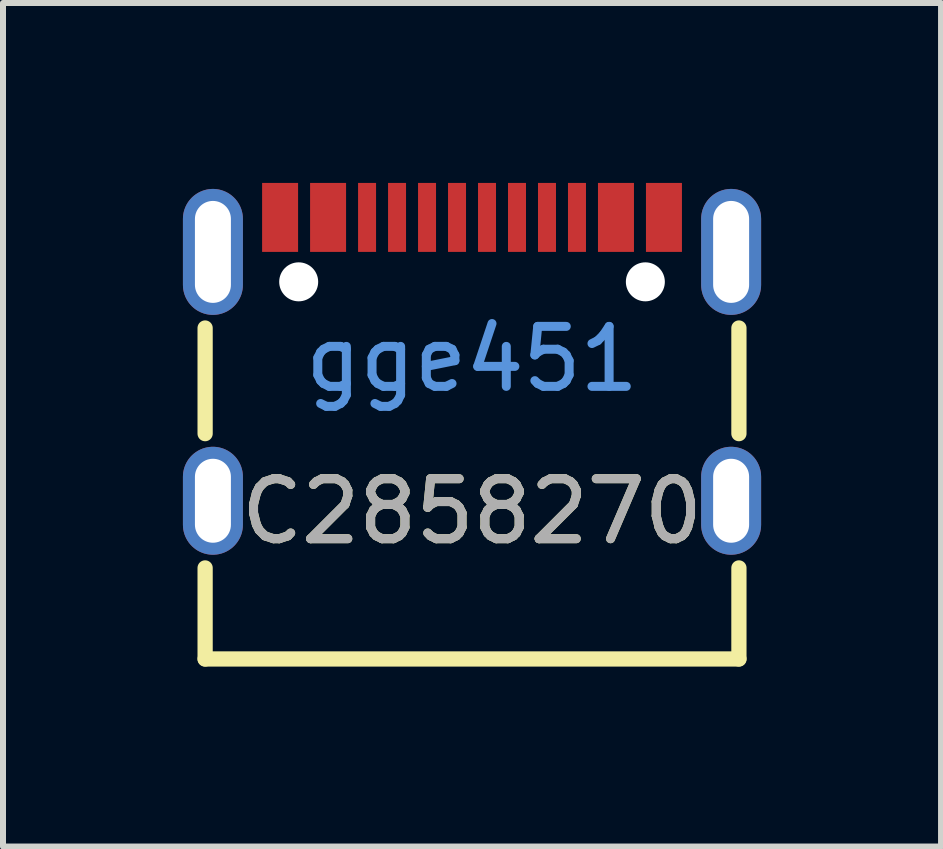
<source format=kicad_pcb>
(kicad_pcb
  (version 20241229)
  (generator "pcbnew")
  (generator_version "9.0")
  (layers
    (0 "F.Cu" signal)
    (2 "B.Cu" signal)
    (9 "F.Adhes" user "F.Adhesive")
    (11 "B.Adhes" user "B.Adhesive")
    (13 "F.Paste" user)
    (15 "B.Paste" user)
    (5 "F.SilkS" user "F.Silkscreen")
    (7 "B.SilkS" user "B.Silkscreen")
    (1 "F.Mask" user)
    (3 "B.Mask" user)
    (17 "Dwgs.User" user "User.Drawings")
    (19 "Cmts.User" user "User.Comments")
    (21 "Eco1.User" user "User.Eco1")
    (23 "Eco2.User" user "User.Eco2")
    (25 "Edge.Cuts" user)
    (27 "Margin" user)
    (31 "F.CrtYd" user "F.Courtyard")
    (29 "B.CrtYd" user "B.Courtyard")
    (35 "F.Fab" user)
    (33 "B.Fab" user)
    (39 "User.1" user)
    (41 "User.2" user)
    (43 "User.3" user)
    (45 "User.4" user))
  (footprint "C2858270"
    (layer "F.Cu")
    (at 4.82 2.937)
    (property "Reference" "C2858270" (at 0 2.54 0) (unlocked yes) (layer "F.SilkS") (effects (font (size 1 1) (thickness 0.15))))
    (attr smd)
    (fp_line (start -4.45 -0.518) (end -4.45 1.243) (stroke (width 0.254) (type solid)) (layer "F.SilkS"))
    (fp_line (start -4.45 3.482) (end -4.45 5) (stroke (width 0.254) (type solid)) (layer "F.SilkS"))
    (fp_line (start -4.45 5) (end 4.45 5) (stroke (width 0.254) (type solid)) (layer "F.SilkS"))
    (fp_line (start 4.45 1.243) (end 4.45 -0.518) (stroke (width 0.254) (type solid)) (layer "F.SilkS"))
    (fp_line (start 4.45 5) (end 4.45 3.482) (stroke (width 0.254) (type solid)) (layer "F.SilkS"))
    (fp_poly (pts (xy -3.5 -2.937) (xy -2.9 -2.937) (xy -2.9 -1.787) (xy -3.5 -1.787)) (stroke (width 0) (type solid)) (fill yes) (layer "F.Paste"))
    (fp_poly (pts (xy -2.7 -2.937) (xy -2.1 -2.937) (xy -2.1 -1.787) (xy -2.7 -1.787)) (stroke (width 0) (type solid)) (fill yes) (layer "F.Paste"))
    (fp_poly (pts (xy -1.9 -2.937) (xy -1.6 -2.937) (xy -1.6 -1.787) (xy -1.9 -1.787)) (stroke (width 0) (type solid)) (fill yes) (layer "F.Paste"))
    (fp_poly (pts (xy -1.4 -2.937) (xy -1.1 -2.937) (xy -1.1 -1.787) (xy -1.4 -1.787)) (stroke (width 0) (type solid)) (fill yes) (layer "F.Paste"))
    (fp_poly (pts (xy -0.9 -2.937) (xy -0.6 -2.937) (xy -0.6 -1.787) (xy -0.9 -1.787)) (stroke (width 0) (type solid)) (fill yes) (layer "F.Paste"))
    (fp_poly (pts (xy -0.4 -2.937) (xy -0.1 -2.937) (xy -0.1 -1.787) (xy -0.4 -1.787)) (stroke (width 0) (type solid)) (fill yes) (layer "F.Paste"))
    (fp_poly (pts (xy 0.1 -2.937) (xy 0.4 -2.937) (xy 0.4 -1.787) (xy 0.1 -1.787)) (stroke (width 0) (type solid)) (fill yes) (layer "F.Paste"))
    (fp_poly (pts (xy 0.6 -2.937) (xy 0.9 -2.937) (xy 0.9 -1.787) (xy 0.6 -1.787)) (stroke (width 0) (type solid)) (fill yes) (layer "F.Paste"))
    (fp_poly (pts (xy 1.1 -2.937) (xy 1.4 -2.937) (xy 1.4 -1.787) (xy 1.1 -1.787)) (stroke (width 0) (type solid)) (fill yes) (layer "F.Paste"))
    (fp_poly (pts (xy 1.6 -2.937) (xy 1.9 -2.937) (xy 1.9 -1.787) (xy 1.6 -1.787)) (stroke (width 0) (type solid)) (fill yes) (layer "F.Paste"))
    (fp_poly (pts (xy 2.1 -2.937) (xy 2.7 -2.937) (xy 2.7 -1.787) (xy 2.1 -1.787)) (stroke (width 0) (type solid)) (fill yes) (layer "F.Paste"))
    (fp_poly (pts (xy 2.9 -2.937) (xy 3.5 -2.937) (xy 3.5 -1.787) (xy 2.9 -1.787)) (stroke (width 0) (type solid)) (fill yes) (layer "F.Paste"))
    (fp_circle (center -2.89 -1.288) (end -2.765 -1.288) (stroke (width 0.25) (type solid)) (fill no) (layer "Cmts.User"))
    (fp_circle (center 2.89 -1.288) (end 3.015 -1.288) (stroke (width 0.25) (type solid)) (fill no) (layer "Cmts.User"))
    (fp_text user "gge451" (at 0 0 0) (layer "Cmts.User") (effects (font (size 1 1) (thickness 0.15))))
    (fp_text user "${REFERENCE}" (at 0 2.54 0) (unlocked yes) (layer "F.Fab") (effects (font (size 1 1) (thickness 0.15))))
    (pad "" np_thru_hole circle (at -2.89 -1.288) (size 0.65 0.65) (drill 0.65) (layers "*.Cu" "*.Mask"))
    (pad "" np_thru_hole circle (at 2.89 -1.288) (size 0.65 0.65) (drill 0.65) (layers "*.Cu" "*.Mask"))
    (pad "1" thru_hole oval (at -4.32 -1.787) (size 1 2.1) (drill oval 0.6 1.7) (layers "*.Cu" "*.Paste" "*.Mask"))
    (pad "2" thru_hole oval (at 4.32 -1.787) (size 1 2.1) (drill oval 0.6 1.7) (layers "*.Cu" "*.Paste" "*.Mask"))
    (pad "3" thru_hole oval (at -4.32 2.362) (size 1 1.8) (drill oval 0.6 1.4) (layers "*.Cu" "*.Paste" "*.Mask"))
    (pad "4" thru_hole oval (at 4.32 2.362) (size 1 1.8) (drill oval 0.6 1.4) (layers "*.Cu" "*.Paste" "*.Mask"))
    (pad "A1B12" smd rect (at -3.2 -2.362) (size 0.6 1.15) (layers "F.Cu" "F.Mask" "F.Paste"))
    (pad "A4B9" smd rect (at -2.4 -2.362) (size 0.6 1.15) (layers "F.Cu" "F.Mask" "F.Paste"))
    (pad "A5" smd rect (at -1.25 -2.362) (size 0.3 1.15) (layers "F.Cu" "F.Mask" "F.Paste"))
    (pad "A6" smd rect (at -0.25 -2.362) (size 0.3 1.15) (layers "F.Cu" "F.Mask" "F.Paste"))
    (pad "A7" smd rect (at 0.25 -2.362) (size 0.3 1.15) (layers "F.Cu" "F.Mask" "F.Paste"))
    (pad "A8" smd rect (at -1.75 -2.362) (size 0.3 1.15) (layers "F.Cu" "F.Mask" "F.Paste"))
    (pad "B1A12" smd rect (at 3.2 -2.362) (size 0.6 1.15) (layers "F.Cu" "F.Mask" "F.Paste"))
    (pad "B4A9" smd rect (at 2.4 -2.362) (size 0.6 1.15) (layers "F.Cu" "F.Mask" "F.Paste"))
    (pad "B5" smd rect (at 1.75 -2.362) (size 0.3 1.15) (layers "F.Cu" "F.Mask" "F.Paste"))
    (pad "B6" smd rect (at 0.75 -2.362) (size 0.3 1.15) (layers "F.Cu" "F.Mask" "F.Paste"))
    (pad "B7" smd rect (at -0.75 -2.362) (size 0.3 1.15) (layers "F.Cu" "F.Mask" "F.Paste"))
    (pad "B8" smd rect (at 1.25 -2.362) (size 0.3 1.15) (layers "F.Cu" "F.Mask" "F.Paste")))
  (gr_rect
    (start -3 -3)
    (end 12.64 11.064)
    (stroke (width 0.1) (type default))
    (fill no)
    (layer "Edge.Cuts")))
</source>
